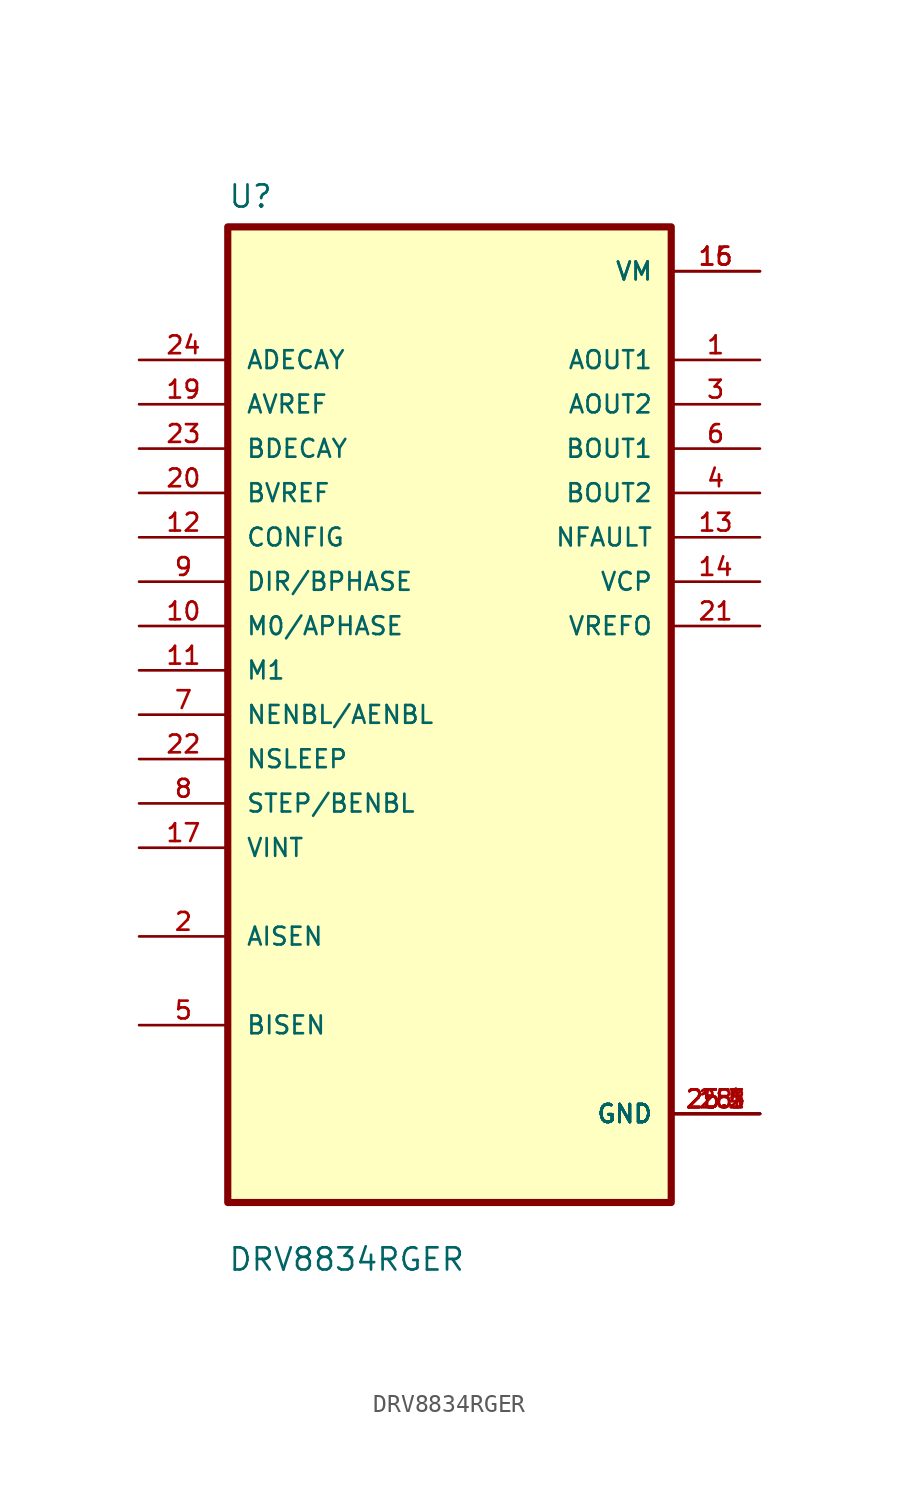
<source format=kicad_sym>
(kicad_symbol_lib
  (version 20211014)
  (generator kicad_symbol_editor)
  (symbol "DRV8834RGER"
    (pin_names
      (offset 1.016))
    (property "Reference" "U"
      (at -12.7 28.94 0.0)
      (effects (font (size 1.27 1.27)) (justify bottom left)))
    (property "Value" "DRV8834RGER"
      (at -12.7 -31.94 0.0)
      (effects (font (size 1.27 1.27)) (justify bottom left)))
    (symbol "DRV8834RGER_0_0"
      (rectangle (start -12.7 -27.94) (end 12.7 27.94) (stroke (width 0.41)) (fill (type background)))
      (pin input line (at -17.78 20.32 0) (length 5.08) (name "ADECAY" (effects (font (size 1.016 1.016)))) (number "24" (effects (font (size 1.016 1.016)))))
      (pin input line (at -17.78 17.78 0) (length 5.08) (name "AVREF" (effects (font (size 1.016 1.016)))) (number "19" (effects (font (size 1.016 1.016)))))
      (pin input line (at -17.78 15.24 0) (length 5.08) (name "BDECAY" (effects (font (size 1.016 1.016)))) (number "23" (effects (font (size 1.016 1.016)))))
      (pin input line (at -17.78 12.7 0) (length 5.08) (name "BVREF" (effects (font (size 1.016 1.016)))) (number "20" (effects (font (size 1.016 1.016)))))
      (pin input line (at -17.78 10.16 0) (length 5.08) (name "CONFIG" (effects (font (size 1.016 1.016)))) (number "12" (effects (font (size 1.016 1.016)))))
      (pin input line (at -17.78 7.62 0) (length 5.08) (name "DIR/BPHASE" (effects (font (size 1.016 1.016)))) (number "9" (effects (font (size 1.016 1.016)))))
      (pin input line (at -17.78 5.08 0) (length 5.08) (name "M0/APHASE" (effects (font (size 1.016 1.016)))) (number "10" (effects (font (size 1.016 1.016)))))
      (pin input line (at -17.78 2.54 0) (length 5.08) (name "M1" (effects (font (size 1.016 1.016)))) (number "11" (effects (font (size 1.016 1.016)))))
      (pin input line (at -17.78 3.55271e-15 0) (length 5.08) (name "NENBL/AENBL" (effects (font (size 1.016 1.016)))) (number "7" (effects (font (size 1.016 1.016)))))
      (pin input line (at -17.78 -2.54 0) (length 5.08) (name "NSLEEP" (effects (font (size 1.016 1.016)))) (number "22" (effects (font (size 1.016 1.016)))))
      (pin input line (at -17.78 -5.08 0) (length 5.08) (name "STEP/BENBL" (effects (font (size 1.016 1.016)))) (number "8" (effects (font (size 1.016 1.016)))))
      (pin input line (at -17.78 -7.62 0) (length 5.08) (name "VINT" (effects (font (size 1.016 1.016)))) (number "17" (effects (font (size 1.016 1.016)))))
      (pin bidirectional line (at -17.78 -12.7 0) (length 5.08) (name "AISEN" (effects (font (size 1.016 1.016)))) (number "2" (effects (font (size 1.016 1.016)))))
      (pin bidirectional line (at -17.78 -17.78 0) (length 5.08) (name "BISEN" (effects (font (size 1.016 1.016)))) (number "5" (effects (font (size 1.016 1.016)))))
      (pin power_in line (at 17.78 25.4 180.0) (length 5.08) (name "VM" (effects (font (size 1.016 1.016)))) (number "15" (effects (font (size 1.016 1.016)))))
      (pin power_in line (at 17.78 25.4 180.0) (length 5.08) (name "VM" (effects (font (size 1.016 1.016)))) (number "16" (effects (font (size 1.016 1.016)))))
      (pin output line (at 17.78 20.32 180.0) (length 5.08) (name "AOUT1" (effects (font (size 1.016 1.016)))) (number "1" (effects (font (size 1.016 1.016)))))
      (pin output line (at 17.78 17.78 180.0) (length 5.08) (name "AOUT2" (effects (font (size 1.016 1.016)))) (number "3" (effects (font (size 1.016 1.016)))))
      (pin output line (at 17.78 15.24 180.0) (length 5.08) (name "BOUT1" (effects (font (size 1.016 1.016)))) (number "6" (effects (font (size 1.016 1.016)))))
      (pin output line (at 17.78 12.7 180.0) (length 5.08) (name "BOUT2" (effects (font (size 1.016 1.016)))) (number "4" (effects (font (size 1.016 1.016)))))
      (pin output line (at 17.78 10.16 180.0) (length 5.08) (name "NFAULT" (effects (font (size 1.016 1.016)))) (number "13" (effects (font (size 1.016 1.016)))))
      (pin output line (at 17.78 7.62 180.0) (length 5.08) (name "VCP" (effects (font (size 1.016 1.016)))) (number "14" (effects (font (size 1.016 1.016)))))
      (pin output line (at 17.78 5.08 180.0) (length 5.08) (name "VREFO" (effects (font (size 1.016 1.016)))) (number "21" (effects (font (size 1.016 1.016)))))
      (pin power_in line (at 17.78 -22.86 180.0) (length 5.08) (name "GND" (effects (font (size 1.016 1.016)))) (number "18" (effects (font (size 1.016 1.016)))))
      (pin power_in line (at 17.78 -22.86 180.0) (length 5.08) (name "GND" (effects (font (size 1.016 1.016)))) (number "25" (effects (font (size 1.016 1.016)))))
      (pin power_in line (at 17.78 -22.86 180.0) (length 5.08) (name "GND" (effects (font (size 1.016 1.016)))) (number "25.1" (effects (font (size 1.016 1.016)))))
      (pin power_in line (at 17.78 -22.86 180.0) (length 5.08) (name "GND" (effects (font (size 1.016 1.016)))) (number "25.2" (effects (font (size 1.016 1.016)))))
      (pin power_in line (at 17.78 -22.86 180.0) (length 5.08) (name "GND" (effects (font (size 1.016 1.016)))) (number "25.3" (effects (font (size 1.016 1.016)))))
      (pin power_in line (at 17.78 -22.86 180.0) (length 5.08) (name "GND" (effects (font (size 1.016 1.016)))) (number "25.4" (effects (font (size 1.016 1.016)))))
      (pin power_in line (at 17.78 -22.86 180.0) (length 5.08) (name "GND" (effects (font (size 1.016 1.016)))) (number "25.5" (effects (font (size 1.016 1.016))))))))
</source>
